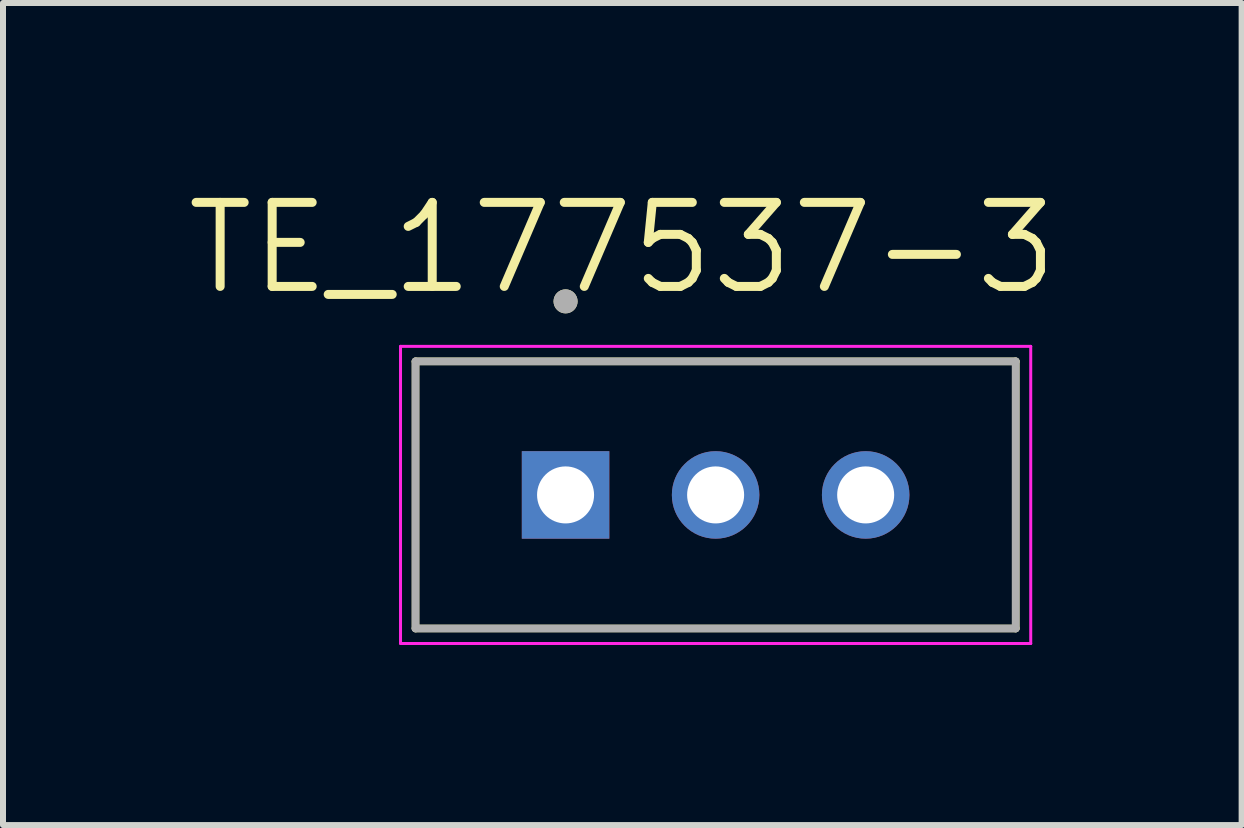
<source format=kicad_pcb>
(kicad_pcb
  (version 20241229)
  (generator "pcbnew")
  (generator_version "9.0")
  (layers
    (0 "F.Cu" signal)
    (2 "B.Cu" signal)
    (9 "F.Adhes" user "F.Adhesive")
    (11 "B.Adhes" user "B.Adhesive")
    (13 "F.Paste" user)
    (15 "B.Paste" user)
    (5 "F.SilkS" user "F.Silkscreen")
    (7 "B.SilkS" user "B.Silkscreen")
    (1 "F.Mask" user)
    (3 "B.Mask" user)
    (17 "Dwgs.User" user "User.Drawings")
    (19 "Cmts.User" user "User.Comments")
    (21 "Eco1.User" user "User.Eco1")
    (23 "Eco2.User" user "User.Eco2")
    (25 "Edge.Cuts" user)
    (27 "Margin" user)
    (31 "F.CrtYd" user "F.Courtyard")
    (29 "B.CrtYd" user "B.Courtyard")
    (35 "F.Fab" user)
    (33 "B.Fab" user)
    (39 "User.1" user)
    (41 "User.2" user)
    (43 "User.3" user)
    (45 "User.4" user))
  (footprint "TE_177537-3"
    (layer "F.Cu")
    (at 8.873 5.196)
    (property "Reference" "TE_177537-3" (at -1.555 -4.114 0) (layer "F.SilkS") (effects (font (size 1.4 1.4) (thickness 0.15))))
    (attr through_hole)
    (fp_line (start -5 -2.225) (end 5 -2.225) (stroke (width 0.127) (type solid)) (layer "F.SilkS"))
    (fp_line (start -5 2.225) (end -5 -2.225) (stroke (width 0.127) (type solid)) (layer "F.SilkS"))
    (fp_line (start 5 -2.225) (end 5 2.225) (stroke (width 0.127) (type solid)) (layer "F.SilkS"))
    (fp_line (start 5 2.225) (end -5 2.225) (stroke (width 0.127) (type solid)) (layer "F.SilkS"))
    (fp_circle (center -2.5 -3.225) (end -2.4 -3.225) (stroke (width 0.2) (type solid)) (fill no) (layer "F.SilkS"))
    (fp_line (start -5.25 -2.475) (end 5.25 -2.475) (stroke (width 0.05) (type solid)) (layer "F.CrtYd"))
    (fp_line (start -5.25 2.475) (end -5.25 -2.475) (stroke (width 0.05) (type solid)) (layer "F.CrtYd"))
    (fp_line (start 5.25 -2.475) (end 5.25 2.475) (stroke (width 0.05) (type solid)) (layer "F.CrtYd"))
    (fp_line (start 5.25 2.475) (end -5.25 2.475) (stroke (width 0.05) (type solid)) (layer "F.CrtYd"))
    (fp_line (start -5 -2.225) (end 5 -2.225) (stroke (width 0.127) (type solid)) (layer "F.Fab"))
    (fp_line (start -5 2.225) (end -5 -2.225) (stroke (width 0.127) (type solid)) (layer "F.Fab"))
    (fp_line (start 5 -2.225) (end 5 2.225) (stroke (width 0.127) (type solid)) (layer "F.Fab"))
    (fp_line (start 5 2.225) (end -5 2.225) (stroke (width 0.127) (type solid)) (layer "F.Fab"))
    (fp_circle (center -2.5 -3.225) (end -2.4 -3.225) (stroke (width 0.2) (type solid)) (fill no) (layer "F.Fab"))
    (pad "1" thru_hole rect (at -2.5 0) (size 1.458 1.458) (drill 0.95) (layers "*.Cu" "*.Mask"))
    (pad "2" thru_hole circle (at 0 0) (size 1.458 1.458) (drill 0.95) (layers "*.Cu" "*.Mask"))
    (pad "3" thru_hole circle (at 2.5 0) (size 1.458 1.458) (drill 0.95) (layers "*.Cu" "*.Mask")))
  (gr_rect
    (start -3 -3)
    (end 17.637 10.696)
    (stroke (width 0.1) (type default))
    (fill no)
    (layer "Edge.Cuts")))
</source>
